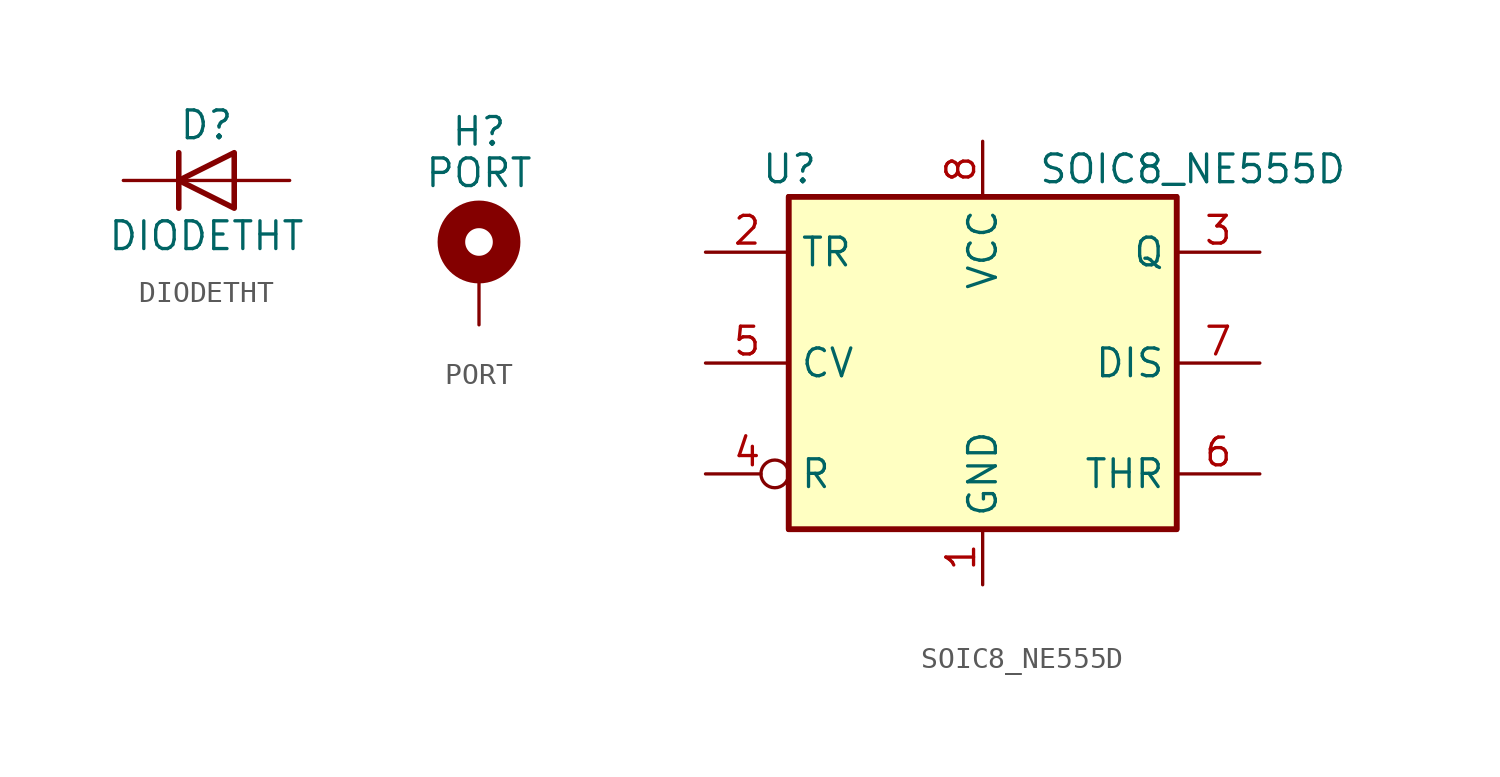
<source format=kicad_sym>
(kicad_symbol_lib
  (version 20231120)
  (generator "kicad_symbol_editor")
  (generator_version "8.0")
  (symbol "DIODETHT"
    (pin_numbers hide)
    (pin_names hide)
    (property "Reference" "D"
      (at 0 2.54 0)
      (effects (font (size 1.27 1.27))))
    (property "Value" "DIODETHT"
      (at 0 -2.54 0)
      (effects (font (size 1.27 1.27))))
    (symbol "DIODETHT_0_1"
      (polyline (pts (xy -1.27 1.27) (xy -1.27 -1.27)) (stroke (width 0.254) (type default)) (fill (type none)))
      (polyline (pts (xy 1.27 0) (xy -1.27 0)) (stroke (width 0) (type default)) (fill (type none)))
      (polyline (pts (xy 1.27 1.27) (xy 1.27 -1.27) (xy -1.27 0) (xy 1.27 1.27)) (stroke (width 0.254) (type default)) (fill (type none))))
    (symbol "DIODETHT_1_1"
      (pin passive line (at -3.81 0 0) (length 2.54) (name "K" (effects (font (size 1.27 1.27)))) (number "1" (effects (font (size 1.27 1.27)))))
      (pin passive line (at 3.81 0 180) (length 2.54) (name "A" (effects (font (size 1.27 1.27)))) (number "2" (effects (font (size 1.27 1.27)))))))
  (symbol "PORT"
    (pin_numbers hide)
    (pin_names
      (offset 1.016) hide)
    (property "Reference" "H"
      (at 0 6.35 0)
      (effects (font (size 1.27 1.27))))
    (property "Value" "PORT"
      (at 0 4.445 0)
      (effects (font (size 1.27 1.27))))
    (symbol "PORT_0_1"
      (circle (center 0 1.27) (radius 1.27) (stroke (width 1.27) (type default)) (fill (type none))))
    (symbol "PORT_1_1"
      (pin input line (at 0 -2.54 90) (length 2.54) (name "1" (effects (font (size 1.27 1.27)))) (number "1" (effects (font (size 1.27 1.27)))))))
  (symbol "SOIC8_NE555D"
    (property "Reference" "U"
      (at -10.16 8.89 0)
      (effects (font (size 1.27 1.27)) (justify left)))
    (property "Value" "SOIC8_NE555D"
      (at 2.54 8.89 0)
      (effects (font (size 1.27 1.27)) (justify left)))
    (symbol "SOIC8_NE555D_0_0"
      (pin power_in line (at 0 -10.16 90) (length 2.54) (name "GND" (effects (font (size 1.27 1.27)))) (number "1" (effects (font (size 1.27 1.27)))))
      (pin power_in line (at 0 10.16 270) (length 2.54) (name "VCC" (effects (font (size 1.27 1.27)))) (number "8" (effects (font (size 1.27 1.27))))))
    (symbol "SOIC8_NE555D_0_1"
      (rectangle (start -8.89 -7.62) (end 8.89 7.62) (stroke (width 0.254) (type default)) (fill (type background)))
      (rectangle (start -8.89 -7.62) (end 8.89 7.62) (stroke (width 0.254) (type default)) (fill (type background))))
    (symbol "SOIC8_NE555D_1_1"
      (pin input line (at -12.7 5.08 0) (length 3.81) (name "TR" (effects (font (size 1.27 1.27)))) (number "2" (effects (font (size 1.27 1.27)))))
      (pin output line (at 12.7 5.08 180) (length 3.81) (name "Q" (effects (font (size 1.27 1.27)))) (number "3" (effects (font (size 1.27 1.27)))))
      (pin input inverted (at -12.7 -5.08 0) (length 3.81) (name "R" (effects (font (size 1.27 1.27)))) (number "4" (effects (font (size 1.27 1.27)))))
      (pin input line (at -12.7 0 0) (length 3.81) (name "CV" (effects (font (size 1.27 1.27)))) (number "5" (effects (font (size 1.27 1.27)))))
      (pin input line (at 12.7 -5.08 180) (length 3.81) (name "THR" (effects (font (size 1.27 1.27)))) (number "6" (effects (font (size 1.27 1.27)))))
      (pin input line (at 12.7 0 180) (length 3.81) (name "DIS" (effects (font (size 1.27 1.27)))) (number "7" (effects (font (size 1.27 1.27))))))))
</source>
